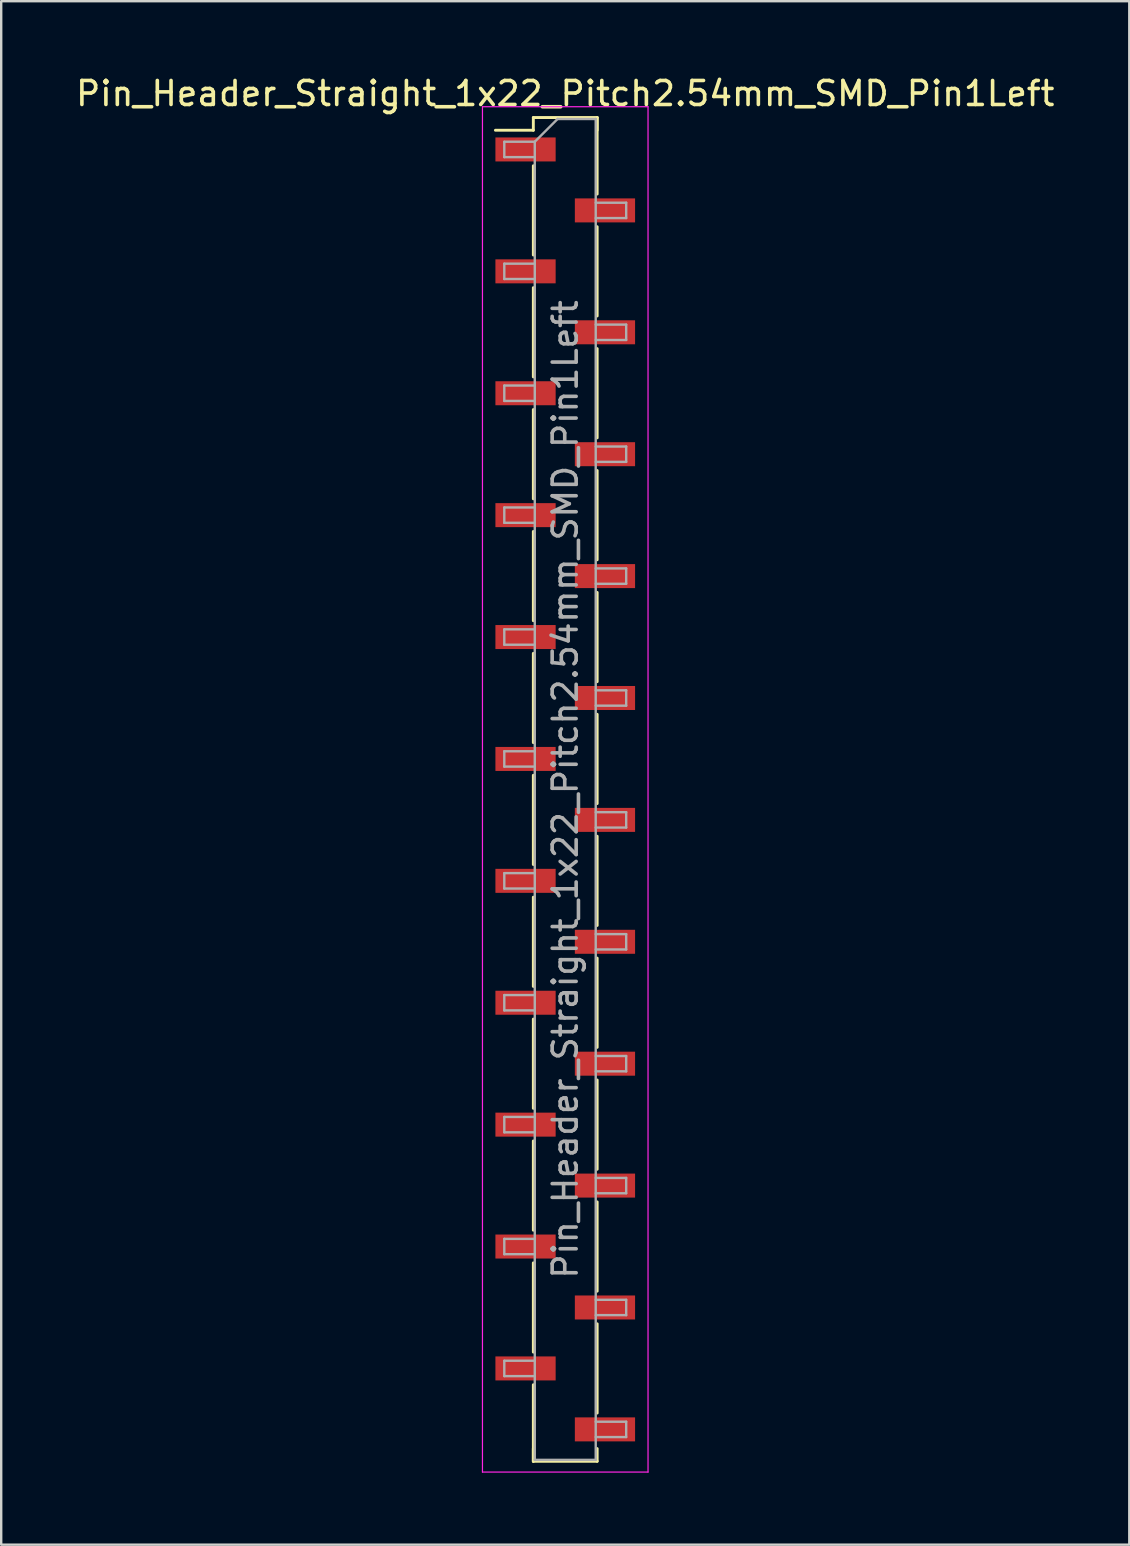
<source format=kicad_pcb>
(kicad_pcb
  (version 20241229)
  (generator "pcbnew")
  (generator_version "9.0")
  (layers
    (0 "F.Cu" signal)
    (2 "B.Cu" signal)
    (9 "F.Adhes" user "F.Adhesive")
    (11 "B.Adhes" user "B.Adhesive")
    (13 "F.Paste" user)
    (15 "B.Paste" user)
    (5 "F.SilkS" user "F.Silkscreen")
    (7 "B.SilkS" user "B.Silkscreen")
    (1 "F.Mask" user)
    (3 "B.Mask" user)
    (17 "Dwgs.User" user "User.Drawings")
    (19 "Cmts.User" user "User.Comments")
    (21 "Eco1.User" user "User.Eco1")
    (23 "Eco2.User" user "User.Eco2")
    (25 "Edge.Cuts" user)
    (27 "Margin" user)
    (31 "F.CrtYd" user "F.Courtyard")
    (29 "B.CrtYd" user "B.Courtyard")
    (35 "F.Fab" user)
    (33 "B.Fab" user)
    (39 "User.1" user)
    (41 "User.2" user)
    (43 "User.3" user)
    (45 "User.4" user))
  (footprint "Pin_Header_Straight_1x22_Pitch2.54mm_SMD_Pin1Left"
    (layer "F.Cu")
    (at 20.506 29.848)
    (property "Reference" "Pin_Header_Straight_1x22_Pitch2.54mm_SMD_Pin1Left" (at 0 -29 0) (layer "F.SilkS") (effects (font (size 1 1) (thickness 0.15))))
    (attr smd)
    (fp_line (start -1.33 -28) (end 1.33 -28) (stroke (width 0.12) (type solid)) (layer "F.SilkS"))
    (fp_line (start -1.33 -27.47) (end -2.91 -27.47) (stroke (width 0.12) (type solid)) (layer "F.SilkS"))
    (fp_line (start -1.33 -27.47) (end -1.33 -28) (stroke (width 0.12) (type solid)) (layer "F.SilkS"))
    (fp_line (start -1.33 -25.99) (end -1.33 -22.27) (stroke (width 0.12) (type solid)) (layer "F.SilkS"))
    (fp_line (start -1.33 -20.91) (end -1.33 -17.19) (stroke (width 0.12) (type solid)) (layer "F.SilkS"))
    (fp_line (start -1.33 -15.83) (end -1.33 -12.11) (stroke (width 0.12) (type solid)) (layer "F.SilkS"))
    (fp_line (start -1.33 -10.75) (end -1.33 -7.03) (stroke (width 0.12) (type solid)) (layer "F.SilkS"))
    (fp_line (start -1.33 -5.67) (end -1.33 -1.95) (stroke (width 0.12) (type solid)) (layer "F.SilkS"))
    (fp_line (start -1.33 -0.59) (end -1.33 3.13) (stroke (width 0.12) (type solid)) (layer "F.SilkS"))
    (fp_line (start -1.33 4.49) (end -1.33 8.21) (stroke (width 0.12) (type solid)) (layer "F.SilkS"))
    (fp_line (start -1.33 9.57) (end -1.33 13.29) (stroke (width 0.12) (type solid)) (layer "F.SilkS"))
    (fp_line (start -1.33 14.65) (end -1.33 18.37) (stroke (width 0.12) (type solid)) (layer "F.SilkS"))
    (fp_line (start -1.33 19.73) (end -1.33 23.45) (stroke (width 0.12) (type solid)) (layer "F.SilkS"))
    (fp_line (start -1.33 24.81) (end -1.33 28) (stroke (width 0.12) (type solid)) (layer "F.SilkS"))
    (fp_line (start -1.33 27.47) (end -1.33 28) (stroke (width 0.12) (type solid)) (layer "F.SilkS"))
    (fp_line (start -1.33 28) (end 1.33 28) (stroke (width 0.12) (type solid)) (layer "F.SilkS"))
    (fp_line (start 1.33 -28) (end 1.33 -27.47) (stroke (width 0.12) (type solid)) (layer "F.SilkS"))
    (fp_line (start 1.33 -28) (end 1.33 -24.81) (stroke (width 0.12) (type solid)) (layer "F.SilkS"))
    (fp_line (start 1.33 -23.45) (end 1.33 -19.73) (stroke (width 0.12) (type solid)) (layer "F.SilkS"))
    (fp_line (start 1.33 -18.37) (end 1.33 -14.65) (stroke (width 0.12) (type solid)) (layer "F.SilkS"))
    (fp_line (start 1.33 -13.29) (end 1.33 -9.57) (stroke (width 0.12) (type solid)) (layer "F.SilkS"))
    (fp_line (start 1.33 -8.21) (end 1.33 -4.49) (stroke (width 0.12) (type solid)) (layer "F.SilkS"))
    (fp_line (start 1.33 -3.13) (end 1.33 0.59) (stroke (width 0.12) (type solid)) (layer "F.SilkS"))
    (fp_line (start 1.33 1.95) (end 1.33 5.67) (stroke (width 0.12) (type solid)) (layer "F.SilkS"))
    (fp_line (start 1.33 7.03) (end 1.33 10.75) (stroke (width 0.12) (type solid)) (layer "F.SilkS"))
    (fp_line (start 1.33 12.11) (end 1.33 15.83) (stroke (width 0.12) (type solid)) (layer "F.SilkS"))
    (fp_line (start 1.33 17.19) (end 1.33 20.91) (stroke (width 0.12) (type solid)) (layer "F.SilkS"))
    (fp_line (start 1.33 22.27) (end 1.33 25.99) (stroke (width 0.12) (type solid)) (layer "F.SilkS"))
    (fp_line (start 1.33 28) (end 1.33 27.47) (stroke (width 0.12) (type solid)) (layer "F.SilkS"))
    (fp_line (start -3.45 -28.45) (end -3.45 28.45) (stroke (width 0.05) (type solid)) (layer "F.CrtYd"))
    (fp_line (start -3.45 28.45) (end 3.45 28.45) (stroke (width 0.05) (type solid)) (layer "F.CrtYd"))
    (fp_line (start 3.45 -28.45) (end -3.45 -28.45) (stroke (width 0.05) (type solid)) (layer "F.CrtYd"))
    (fp_line (start 3.45 28.45) (end 3.45 -28.45) (stroke (width 0.05) (type solid)) (layer "F.CrtYd"))
    (fp_line (start -2.54 -26.99) (end -2.54 -26.35) (stroke (width 0.1) (type solid)) (layer "F.Fab"))
    (fp_line (start -2.54 -26.35) (end -1.27 -26.35) (stroke (width 0.1) (type solid)) (layer "F.Fab"))
    (fp_line (start -2.54 -21.91) (end -2.54 -21.27) (stroke (width 0.1) (type solid)) (layer "F.Fab"))
    (fp_line (start -2.54 -21.27) (end -1.27 -21.27) (stroke (width 0.1) (type solid)) (layer "F.Fab"))
    (fp_line (start -2.54 -16.83) (end -2.54 -16.19) (stroke (width 0.1) (type solid)) (layer "F.Fab"))
    (fp_line (start -2.54 -16.19) (end -1.27 -16.19) (stroke (width 0.1) (type solid)) (layer "F.Fab"))
    (fp_line (start -2.54 -11.75) (end -2.54 -11.11) (stroke (width 0.1) (type solid)) (layer "F.Fab"))
    (fp_line (start -2.54 -11.11) (end -1.27 -11.11) (stroke (width 0.1) (type solid)) (layer "F.Fab"))
    (fp_line (start -2.54 -6.67) (end -2.54 -6.03) (stroke (width 0.1) (type solid)) (layer "F.Fab"))
    (fp_line (start -2.54 -6.03) (end -1.27 -6.03) (stroke (width 0.1) (type solid)) (layer "F.Fab"))
    (fp_line (start -2.54 -1.59) (end -2.54 -0.95) (stroke (width 0.1) (type solid)) (layer "F.Fab"))
    (fp_line (start -2.54 -0.95) (end -1.27 -0.95) (stroke (width 0.1) (type solid)) (layer "F.Fab"))
    (fp_line (start -2.54 3.49) (end -2.54 4.13) (stroke (width 0.1) (type solid)) (layer "F.Fab"))
    (fp_line (start -2.54 4.13) (end -1.27 4.13) (stroke (width 0.1) (type solid)) (layer "F.Fab"))
    (fp_line (start -2.54 8.57) (end -2.54 9.21) (stroke (width 0.1) (type solid)) (layer "F.Fab"))
    (fp_line (start -2.54 9.21) (end -1.27 9.21) (stroke (width 0.1) (type solid)) (layer "F.Fab"))
    (fp_line (start -2.54 13.65) (end -2.54 14.29) (stroke (width 0.1) (type solid)) (layer "F.Fab"))
    (fp_line (start -2.54 14.29) (end -1.27 14.29) (stroke (width 0.1) (type solid)) (layer "F.Fab"))
    (fp_line (start -2.54 18.73) (end -2.54 19.37) (stroke (width 0.1) (type solid)) (layer "F.Fab"))
    (fp_line (start -2.54 19.37) (end -1.27 19.37) (stroke (width 0.1) (type solid)) (layer "F.Fab"))
    (fp_line (start -2.54 23.81) (end -2.54 24.45) (stroke (width 0.1) (type solid)) (layer "F.Fab"))
    (fp_line (start -2.54 24.45) (end -1.27 24.45) (stroke (width 0.1) (type solid)) (layer "F.Fab"))
    (fp_line (start -1.27 -26.99) (end -2.54 -26.99) (stroke (width 0.1) (type solid)) (layer "F.Fab"))
    (fp_line (start -1.27 -26.99) (end -0.32 -27.94) (stroke (width 0.1) (type solid)) (layer "F.Fab"))
    (fp_line (start -1.27 -21.91) (end -2.54 -21.91) (stroke (width 0.1) (type solid)) (layer "F.Fab"))
    (fp_line (start -1.27 -16.83) (end -2.54 -16.83) (stroke (width 0.1) (type solid)) (layer "F.Fab"))
    (fp_line (start -1.27 -11.75) (end -2.54 -11.75) (stroke (width 0.1) (type solid)) (layer "F.Fab"))
    (fp_line (start -1.27 -6.67) (end -2.54 -6.67) (stroke (width 0.1) (type solid)) (layer "F.Fab"))
    (fp_line (start -1.27 -1.59) (end -2.54 -1.59) (stroke (width 0.1) (type solid)) (layer "F.Fab"))
    (fp_line (start -1.27 3.49) (end -2.54 3.49) (stroke (width 0.1) (type solid)) (layer "F.Fab"))
    (fp_line (start -1.27 8.57) (end -2.54 8.57) (stroke (width 0.1) (type solid)) (layer "F.Fab"))
    (fp_line (start -1.27 13.65) (end -2.54 13.65) (stroke (width 0.1) (type solid)) (layer "F.Fab"))
    (fp_line (start -1.27 18.73) (end -2.54 18.73) (stroke (width 0.1) (type solid)) (layer "F.Fab"))
    (fp_line (start -1.27 23.81) (end -2.54 23.81) (stroke (width 0.1) (type solid)) (layer "F.Fab"))
    (fp_line (start -1.27 27.94) (end -1.27 -26.99) (stroke (width 0.1) (type solid)) (layer "F.Fab"))
    (fp_line (start -0.32 -27.94) (end 1.27 -27.94) (stroke (width 0.1) (type solid)) (layer "F.Fab"))
    (fp_line (start 1.27 -27.94) (end 1.27 27.94) (stroke (width 0.1) (type solid)) (layer "F.Fab"))
    (fp_line (start 1.27 -24.45) (end 2.54 -24.45) (stroke (width 0.1) (type solid)) (layer "F.Fab"))
    (fp_line (start 1.27 -19.37) (end 2.54 -19.37) (stroke (width 0.1) (type solid)) (layer "F.Fab"))
    (fp_line (start 1.27 -14.29) (end 2.54 -14.29) (stroke (width 0.1) (type solid)) (layer "F.Fab"))
    (fp_line (start 1.27 -9.21) (end 2.54 -9.21) (stroke (width 0.1) (type solid)) (layer "F.Fab"))
    (fp_line (start 1.27 -4.13) (end 2.54 -4.13) (stroke (width 0.1) (type solid)) (layer "F.Fab"))
    (fp_line (start 1.27 0.95) (end 2.54 0.95) (stroke (width 0.1) (type solid)) (layer "F.Fab"))
    (fp_line (start 1.27 6.03) (end 2.54 6.03) (stroke (width 0.1) (type solid)) (layer "F.Fab"))
    (fp_line (start 1.27 11.11) (end 2.54 11.11) (stroke (width 0.1) (type solid)) (layer "F.Fab"))
    (fp_line (start 1.27 16.19) (end 2.54 16.19) (stroke (width 0.1) (type solid)) (layer "F.Fab"))
    (fp_line (start 1.27 21.27) (end 2.54 21.27) (stroke (width 0.1) (type solid)) (layer "F.Fab"))
    (fp_line (start 1.27 26.35) (end 2.54 26.35) (stroke (width 0.1) (type solid)) (layer "F.Fab"))
    (fp_line (start 1.27 27.94) (end -1.27 27.94) (stroke (width 0.1) (type solid)) (layer "F.Fab"))
    (fp_line (start 2.54 -24.45) (end 2.54 -23.81) (stroke (width 0.1) (type solid)) (layer "F.Fab"))
    (fp_line (start 2.54 -23.81) (end 1.27 -23.81) (stroke (width 0.1) (type solid)) (layer "F.Fab"))
    (fp_line (start 2.54 -19.37) (end 2.54 -18.73) (stroke (width 0.1) (type solid)) (layer "F.Fab"))
    (fp_line (start 2.54 -18.73) (end 1.27 -18.73) (stroke (width 0.1) (type solid)) (layer "F.Fab"))
    (fp_line (start 2.54 -14.29) (end 2.54 -13.65) (stroke (width 0.1) (type solid)) (layer "F.Fab"))
    (fp_line (start 2.54 -13.65) (end 1.27 -13.65) (stroke (width 0.1) (type solid)) (layer "F.Fab"))
    (fp_line (start 2.54 -9.21) (end 2.54 -8.57) (stroke (width 0.1) (type solid)) (layer "F.Fab"))
    (fp_line (start 2.54 -8.57) (end 1.27 -8.57) (stroke (width 0.1) (type solid)) (layer "F.Fab"))
    (fp_line (start 2.54 -4.13) (end 2.54 -3.49) (stroke (width 0.1) (type solid)) (layer "F.Fab"))
    (fp_line (start 2.54 -3.49) (end 1.27 -3.49) (stroke (width 0.1) (type solid)) (layer "F.Fab"))
    (fp_line (start 2.54 0.95) (end 2.54 1.59) (stroke (width 0.1) (type solid)) (layer "F.Fab"))
    (fp_line (start 2.54 1.59) (end 1.27 1.59) (stroke (width 0.1) (type solid)) (layer "F.Fab"))
    (fp_line (start 2.54 6.03) (end 2.54 6.67) (stroke (width 0.1) (type solid)) (layer "F.Fab"))
    (fp_line (start 2.54 6.67) (end 1.27 6.67) (stroke (width 0.1) (type solid)) (layer "F.Fab"))
    (fp_line (start 2.54 11.11) (end 2.54 11.75) (stroke (width 0.1) (type solid)) (layer "F.Fab"))
    (fp_line (start 2.54 11.75) (end 1.27 11.75) (stroke (width 0.1) (type solid)) (layer "F.Fab"))
    (fp_line (start 2.54 16.19) (end 2.54 16.83) (stroke (width 0.1) (type solid)) (layer "F.Fab"))
    (fp_line (start 2.54 16.83) (end 1.27 16.83) (stroke (width 0.1) (type solid)) (layer "F.Fab"))
    (fp_line (start 2.54 21.27) (end 2.54 21.91) (stroke (width 0.1) (type solid)) (layer "F.Fab"))
    (fp_line (start 2.54 21.91) (end 1.27 21.91) (stroke (width 0.1) (type solid)) (layer "F.Fab"))
    (fp_line (start 2.54 26.35) (end 2.54 26.99) (stroke (width 0.1) (type solid)) (layer "F.Fab"))
    (fp_line (start 2.54 26.99) (end 1.27 26.99) (stroke (width 0.1) (type solid)) (layer "F.Fab"))
    (fp_text user "${REFERENCE}" (at 0 0 90) (layer "F.Fab") (effects (font (size 1 1) (thickness 0.15))))
    (pad "1" smd rect (at -1.655 -26.67) (size 2.51 1) (layers "F.Cu" "F.Mask" "F.Paste"))
    (pad "2" smd rect (at 1.655 -24.13) (size 2.51 1) (layers "F.Cu" "F.Mask" "F.Paste"))
    (pad "3" smd rect (at -1.655 -21.59) (size 2.51 1) (layers "F.Cu" "F.Mask" "F.Paste"))
    (pad "4" smd rect (at 1.655 -19.05) (size 2.51 1) (layers "F.Cu" "F.Mask" "F.Paste"))
    (pad "5" smd rect (at -1.655 -16.51) (size 2.51 1) (layers "F.Cu" "F.Mask" "F.Paste"))
    (pad "6" smd rect (at 1.655 -13.97) (size 2.51 1) (layers "F.Cu" "F.Mask" "F.Paste"))
    (pad "7" smd rect (at -1.655 -11.43) (size 2.51 1) (layers "F.Cu" "F.Mask" "F.Paste"))
    (pad "8" smd rect (at 1.655 -8.89) (size 2.51 1) (layers "F.Cu" "F.Mask" "F.Paste"))
    (pad "9" smd rect (at -1.655 -6.35) (size 2.51 1) (layers "F.Cu" "F.Mask" "F.Paste"))
    (pad "10" smd rect (at 1.655 -3.81) (size 2.51 1) (layers "F.Cu" "F.Mask" "F.Paste"))
    (pad "11" smd rect (at -1.655 -1.27) (size 2.51 1) (layers "F.Cu" "F.Mask" "F.Paste"))
    (pad "12" smd rect (at 1.655 1.27) (size 2.51 1) (layers "F.Cu" "F.Mask" "F.Paste"))
    (pad "13" smd rect (at -1.655 3.81) (size 2.51 1) (layers "F.Cu" "F.Mask" "F.Paste"))
    (pad "14" smd rect (at 1.655 6.35) (size 2.51 1) (layers "F.Cu" "F.Mask" "F.Paste"))
    (pad "15" smd rect (at -1.655 8.89) (size 2.51 1) (layers "F.Cu" "F.Mask" "F.Paste"))
    (pad "16" smd rect (at 1.655 11.43) (size 2.51 1) (layers "F.Cu" "F.Mask" "F.Paste"))
    (pad "17" smd rect (at -1.655 13.97) (size 2.51 1) (layers "F.Cu" "F.Mask" "F.Paste"))
    (pad "18" smd rect (at 1.655 16.51) (size 2.51 1) (layers "F.Cu" "F.Mask" "F.Paste"))
    (pad "19" smd rect (at -1.655 19.05) (size 2.51 1) (layers "F.Cu" "F.Mask" "F.Paste"))
    (pad "20" smd rect (at 1.655 21.59) (size 2.51 1) (layers "F.Cu" "F.Mask" "F.Paste"))
    (pad "21" smd rect (at -1.655 24.13) (size 2.51 1) (layers "F.Cu" "F.Mask" "F.Paste"))
    (pad "22" smd rect (at 1.655 26.67) (size 2.51 1) (layers "F.Cu" "F.Mask" "F.Paste")))
  (gr_rect
    (start -3 -3)
    (end 44.012 61.323)
    (stroke (width 0.1) (type default))
    (fill no)
    (layer "Edge.Cuts")))
</source>
